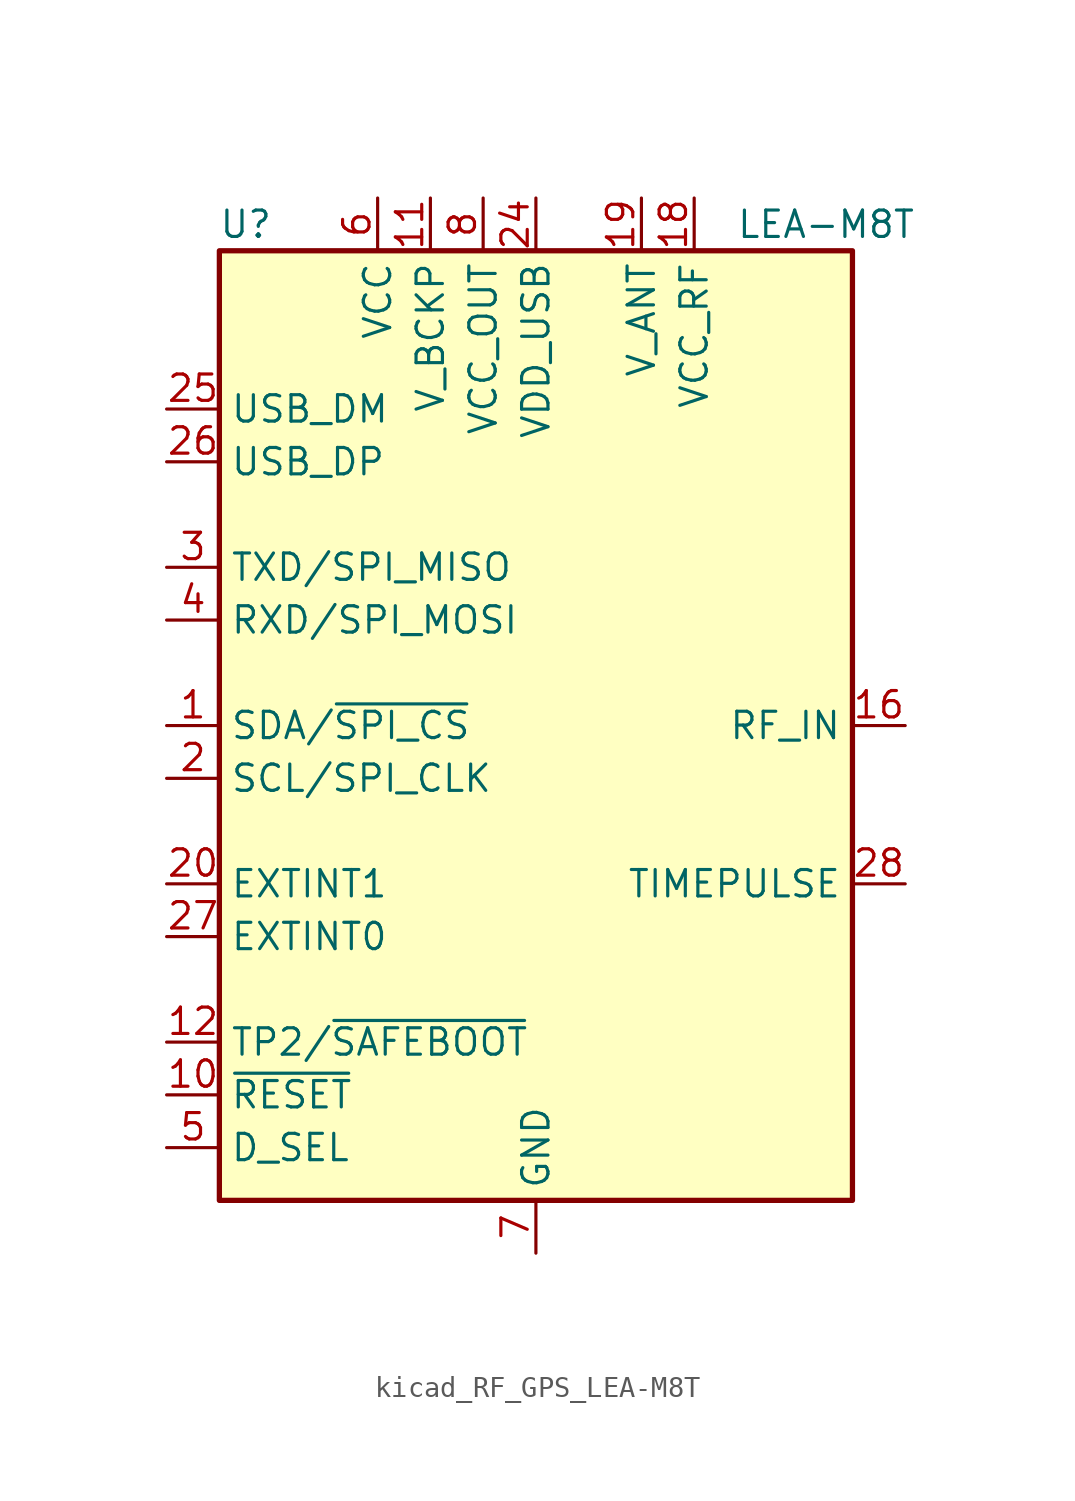
<source format=kicad_sym>
(kicad_symbol_lib
  (version 20220914)
  (generator kicad_symbol_editor)
  (symbol "kicad_RF_GPS_LEA-M8T"
    (property "Reference" "U"
      (at -13.97 24.13 0)
      (effects (font (size 1.27 1.27))))
    (property "Value" "LEA-M8T"
      (at 13.97 24.13 0)
      (effects (font (size 1.27 1.27))))
    (symbol "kicad_RF_GPS_LEA-M8T_0_1"
      (rectangle (start -15.24 22.86) (end 15.24 -22.86) (stroke (width 0.254) (type default)) (fill (type background))))
    (symbol "kicad_RF_GPS_LEA-M8T_1_1"
      (pin bidirectional line (at -17.78 0 0) (length 2.54) (name "SDA/~{SPI_CS}" (effects (font (size 1.27 1.27)))) (number "1" (effects (font (size 1.27 1.27)))))
      (pin input line (at -17.78 -17.78 0) (length 2.54) (name "~{RESET}" (effects (font (size 1.27 1.27)))) (number "10" (effects (font (size 1.27 1.27)))))
      (pin power_in line (at -5.08 25.4 270) (length 2.54) (name "V_BCKP" (effects (font (size 1.27 1.27)))) (number "11" (effects (font (size 1.27 1.27)))))
      (pin bidirectional line (at -17.78 -15.24 0) (length 2.54) (name "TP2/~{SAFEBOOT}" (effects (font (size 1.27 1.27)))) (number "12" (effects (font (size 1.27 1.27)))))
      (pin passive line (at 0 -25.4 90) (length 2.54) hide (name "GND" (effects (font (size 1.27 1.27)))) (number "13" (effects (font (size 1.27 1.27)))))
      (pin passive line (at 0 -25.4 90) (length 2.54) hide (name "GND" (effects (font (size 1.27 1.27)))) (number "14" (effects (font (size 1.27 1.27)))))
      (pin passive line (at 0 -25.4 90) (length 2.54) hide (name "GND" (effects (font (size 1.27 1.27)))) (number "15" (effects (font (size 1.27 1.27)))))
      (pin input line (at 17.78 0 180) (length 2.54) (name "RF_IN" (effects (font (size 1.27 1.27)))) (number "16" (effects (font (size 1.27 1.27)))))
      (pin passive line (at 0 -25.4 90) (length 2.54) hide (name "GND" (effects (font (size 1.27 1.27)))) (number "17" (effects (font (size 1.27 1.27)))))
      (pin power_out line (at 7.62 25.4 270) (length 2.54) (name "VCC_RF" (effects (font (size 1.27 1.27)))) (number "18" (effects (font (size 1.27 1.27)))))
      (pin power_in line (at 5.08 25.4 270) (length 2.54) (name "V_ANT" (effects (font (size 1.27 1.27)))) (number "19" (effects (font (size 1.27 1.27)))))
      (pin input line (at -17.78 -2.54 0) (length 2.54) (name "SCL/SPI_CLK" (effects (font (size 1.27 1.27)))) (number "2" (effects (font (size 1.27 1.27)))))
      (pin input line (at -17.78 -7.62 0) (length 2.54) (name "EXTINT1" (effects (font (size 1.27 1.27)))) (number "20" (effects (font (size 1.27 1.27)))))
      (pin no_connect line (at 15.24 7.62 180) (length 2.54) hide (name "RESERVED" (effects (font (size 1.27 1.27)))) (number "21" (effects (font (size 1.27 1.27)))))
      (pin no_connect line (at 15.24 5.08 180) (length 2.54) hide (name "RESERVED" (effects (font (size 1.27 1.27)))) (number "22" (effects (font (size 1.27 1.27)))))
      (pin no_connect line (at 15.24 2.54 180) (length 2.54) hide (name "RESERVED" (effects (font (size 1.27 1.27)))) (number "23" (effects (font (size 1.27 1.27)))))
      (pin power_in line (at 0 25.4 270) (length 2.54) (name "VDD_USB" (effects (font (size 1.27 1.27)))) (number "24" (effects (font (size 1.27 1.27)))))
      (pin bidirectional line (at -17.78 15.24 0) (length 2.54) (name "USB_DM" (effects (font (size 1.27 1.27)))) (number "25" (effects (font (size 1.27 1.27)))))
      (pin bidirectional line (at -17.78 12.7 0) (length 2.54) (name "USB_DP" (effects (font (size 1.27 1.27)))) (number "26" (effects (font (size 1.27 1.27)))))
      (pin input line (at -17.78 -10.16 0) (length 2.54) (name "EXTINT0" (effects (font (size 1.27 1.27)))) (number "27" (effects (font (size 1.27 1.27)))))
      (pin output line (at 17.78 -7.62 180) (length 2.54) (name "TIMEPULSE" (effects (font (size 1.27 1.27)))) (number "28" (effects (font (size 1.27 1.27)))))
      (pin output line (at -17.78 7.62 0) (length 2.54) (name "TXD/SPI_MISO" (effects (font (size 1.27 1.27)))) (number "3" (effects (font (size 1.27 1.27)))))
      (pin input line (at -17.78 5.08 0) (length 2.54) (name "RXD/SPI_MOSI" (effects (font (size 1.27 1.27)))) (number "4" (effects (font (size 1.27 1.27)))))
      (pin input line (at -17.78 -20.32 0) (length 2.54) (name "D_SEL" (effects (font (size 1.27 1.27)))) (number "5" (effects (font (size 1.27 1.27)))))
      (pin power_in line (at -7.62 25.4 270) (length 2.54) (name "VCC" (effects (font (size 1.27 1.27)))) (number "6" (effects (font (size 1.27 1.27)))))
      (pin power_in line (at 0 -25.4 90) (length 2.54) (name "GND" (effects (font (size 1.27 1.27)))) (number "7" (effects (font (size 1.27 1.27)))))
      (pin power_out line (at -2.54 25.4 270) (length 2.54) (name "VCC_OUT" (effects (font (size 1.27 1.27)))) (number "8" (effects (font (size 1.27 1.27)))))
      (pin no_connect line (at 15.24 10.16 180) (length 2.54) hide (name "RESERVED" (effects (font (size 1.27 1.27)))) (number "9" (effects (font (size 1.27 1.27))))))))
</source>
